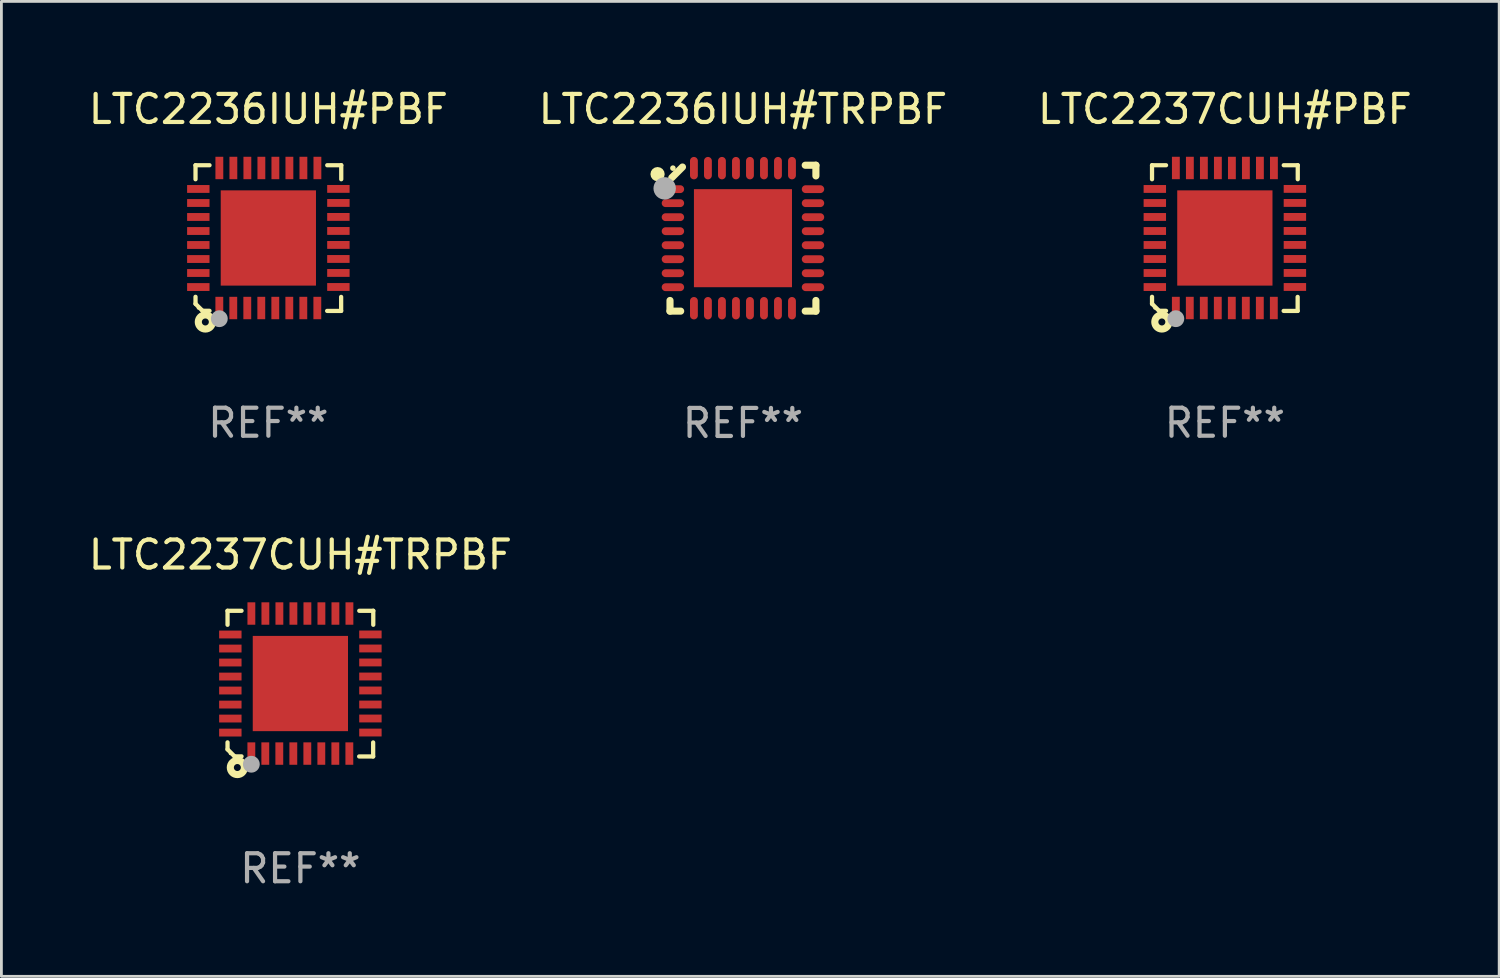
<source format=kicad_pcb>
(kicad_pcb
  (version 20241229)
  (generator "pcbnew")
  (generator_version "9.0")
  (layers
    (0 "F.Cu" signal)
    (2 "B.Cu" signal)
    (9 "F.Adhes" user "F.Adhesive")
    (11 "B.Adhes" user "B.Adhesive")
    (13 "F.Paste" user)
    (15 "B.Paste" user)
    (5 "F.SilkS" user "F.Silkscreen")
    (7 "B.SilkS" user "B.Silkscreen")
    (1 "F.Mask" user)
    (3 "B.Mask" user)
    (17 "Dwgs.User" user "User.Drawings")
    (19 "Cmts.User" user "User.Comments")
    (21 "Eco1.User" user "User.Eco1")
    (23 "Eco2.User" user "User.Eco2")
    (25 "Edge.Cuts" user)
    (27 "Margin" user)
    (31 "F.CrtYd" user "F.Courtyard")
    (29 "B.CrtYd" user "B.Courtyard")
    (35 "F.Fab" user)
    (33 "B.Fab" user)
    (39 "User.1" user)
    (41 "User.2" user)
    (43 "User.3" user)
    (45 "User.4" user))
  (footprint "LTC2236IUH#PBF"
    (layer "F.Cu")
    (at 6.53 5.448)
    (property "Reference" "LTC2236IUH#PBF" (at 0 -4.6 0) (layer "F.SilkS") (effects (font (size 1 1) (thickness 0.15))))
    (attr through_hole)
    (fp_line (start -2.601 2.097) (end -2.601 2.347) (stroke (width 0.152) (type solid)) (layer "F.SilkS"))
    (fp_line (start -2.601 2.347) (end -2.351 2.597) (stroke (width 0.152) (type solid)) (layer "F.SilkS"))
    (fp_line (start -2.601 -2.6) (end -2.601 -2.1) (stroke (width 0.152) (type solid)) (layer "F.SilkS"))
    (fp_line (start -2.601 -2.6) (end -2.101 -2.6) (stroke (width 0.152) (type solid)) (layer "F.SilkS"))
    (fp_line (start -2.351 2.597) (end -2.101 2.597) (stroke (width 0.152) (type solid)) (layer "F.SilkS"))
    (fp_line (start 2.597 2.6) (end 2.097 2.6) (stroke (width 0.152) (type solid)) (layer "F.SilkS"))
    (fp_line (start 2.597 2.6) (end 2.597 2.1) (stroke (width 0.152) (type solid)) (layer "F.SilkS"))
    (fp_line (start 2.601 -2.6) (end 2.101 -2.6) (stroke (width 0.152) (type solid)) (layer "F.SilkS"))
    (fp_line (start 2.601 -2.6) (end 2.601 -2.1) (stroke (width 0.152) (type solid)) (layer "F.SilkS"))
    (fp_circle (center -2.501 2.497) (end -2.471 2.497) (stroke (width 0.06) (type solid)) (fill no) (layer "F.SilkS"))
    (fp_circle (center -2.25 2.995) (end -2.125 2.995) (stroke (width 0.254) (type solid)) (fill no) (layer "F.SilkS"))
    (fp_circle (center -1.751 2.878) (end -1.601 2.878) (stroke (width 0.3) (type solid)) (fill no) (layer "F.Fab"))
    (fp_text user "REF**" (at 0 6.6 0) (layer "F.Fab") (effects (font (size 1 1) (thickness 0.15))))
    (pad "1" smd rect (at -1.751 2.497) (size 0.28 0.8) (layers "F.Cu" "F.Mask" "F.Paste"))
    (pad "2" smd rect (at -1.253 2.497) (size 0.28 0.8) (layers "F.Cu" "F.Mask" "F.Paste"))
    (pad "3" smd rect (at -0.753 2.497) (size 0.28 0.8) (layers "F.Cu" "F.Mask" "F.Paste"))
    (pad "4" smd rect (at -0.253 2.497) (size 0.28 0.8) (layers "F.Cu" "F.Mask" "F.Paste"))
    (pad "5" smd rect (at 0.247 2.497) (size 0.28 0.8) (layers "F.Cu" "F.Mask" "F.Paste"))
    (pad "6" smd rect (at 0.747 2.497) (size 0.28 0.8) (layers "F.Cu" "F.Mask" "F.Paste"))
    (pad "7" smd rect (at 1.247 2.497) (size 0.28 0.8) (layers "F.Cu" "F.Mask" "F.Paste"))
    (pad "8" smd rect (at 1.747 2.497) (size 0.28 0.8) (layers "F.Cu" "F.Mask" "F.Paste"))
    (pad "9" smd rect (at 2.499 1.746) (size 0.8 0.28) (layers "F.Cu" "F.Mask" "F.Paste"))
    (pad "10" smd rect (at 2.499 1.245) (size 0.8 0.28) (layers "F.Cu" "F.Mask" "F.Paste"))
    (pad "11" smd rect (at 2.499 0.746) (size 0.8 0.28) (layers "F.Cu" "F.Mask" "F.Paste"))
    (pad "12" smd rect (at 2.499 0.245) (size 0.8 0.28) (layers "F.Cu" "F.Mask" "F.Paste"))
    (pad "13" smd rect (at 2.499 -0.254) (size 0.8 0.28) (layers "F.Cu" "F.Mask" "F.Paste"))
    (pad "14" smd rect (at 2.499 -0.755) (size 0.8 0.28) (layers "F.Cu" "F.Mask" "F.Paste"))
    (pad "15" smd rect (at 2.499 -1.254) (size 0.8 0.28) (layers "F.Cu" "F.Mask" "F.Paste"))
    (pad "16" smd rect (at 2.499 -1.755) (size 0.8 0.28) (layers "F.Cu" "F.Mask" "F.Paste"))
    (pad "17" smd rect (at 1.75 -2.502) (size 0.28 0.8) (layers "F.Cu" "F.Mask" "F.Paste"))
    (pad "18" smd rect (at 1.25 -2.502) (size 0.28 0.8) (layers "F.Cu" "F.Mask" "F.Paste"))
    (pad "19" smd rect (at 0.75 -2.502) (size 0.28 0.8) (layers "F.Cu" "F.Mask" "F.Paste"))
    (pad "20" smd rect (at 0.25 -2.502) (size 0.28 0.8) (layers "F.Cu" "F.Mask" "F.Paste"))
    (pad "21" smd rect (at -0.25 -2.502) (size 0.28 0.8) (layers "F.Cu" "F.Mask" "F.Paste"))
    (pad "22" smd rect (at -0.75 -2.502) (size 0.28 0.8) (layers "F.Cu" "F.Mask" "F.Paste"))
    (pad "23" smd rect (at -1.25 -2.502) (size 0.28 0.8) (layers "F.Cu" "F.Mask" "F.Paste"))
    (pad "24" smd rect (at -1.75 -2.502) (size 0.28 0.8) (layers "F.Cu" "F.Mask" "F.Paste"))
    (pad "25" smd rect (at -2.501 -1.753) (size 0.8 0.28) (layers "F.Cu" "F.Mask" "F.Paste"))
    (pad "26" smd rect (at -2.501 -1.252) (size 0.8 0.28) (layers "F.Cu" "F.Mask" "F.Paste"))
    (pad "27" smd rect (at -2.501 -0.753) (size 0.8 0.28) (layers "F.Cu" "F.Mask" "F.Paste"))
    (pad "28" smd rect (at -2.501 -0.252) (size 0.8 0.28) (layers "F.Cu" "F.Mask" "F.Paste"))
    (pad "29" smd rect (at -2.501 0.247) (size 0.8 0.28) (layers "F.Cu" "F.Mask" "F.Paste"))
    (pad "30" smd rect (at -2.501 0.748) (size 0.8 0.28) (layers "F.Cu" "F.Mask" "F.Paste"))
    (pad "31" smd rect (at -2.501 1.247) (size 0.8 0.28) (layers "F.Cu" "F.Mask" "F.Paste"))
    (pad "32" smd rect (at -2.501 1.748) (size 0.8 0.28) (layers "F.Cu" "F.Mask" "F.Paste"))
    (pad "33" smd rect (at -0.001 -0.003 180) (size 3.4 3.4) (layers "F.Cu" "F.Mask" "F.Paste")))
  (footprint "LTC2236IUH#TRPBF"
    (layer "F.Cu")
    (at 23.47 5.452)
    (property "Reference" "LTC2236IUH#TRPBF" (at 0 -4.604 0) (layer "F.SilkS") (effects (font (size 1 1) (thickness 0.15))))
    (attr through_hole)
    (fp_line (start -2.604 2.223) (end -2.604 2.604) (stroke (width 0.254) (type solid)) (layer "F.SilkS"))
    (fp_line (start -2.604 2.604) (end -2.223 2.604) (stroke (width 0.254) (type solid)) (layer "F.SilkS"))
    (fp_line (start -2.159 -2.54) (end -2.54 -2.159) (stroke (width 0.254) (type solid)) (layer "F.SilkS"))
    (fp_line (start 2.223 2.604) (end 2.604 2.604) (stroke (width 0.254) (type solid)) (layer "F.SilkS"))
    (fp_line (start 2.604 -2.604) (end 2.223 -2.604) (stroke (width 0.254) (type solid)) (layer "F.SilkS"))
    (fp_line (start 2.604 -2.223) (end 2.604 -2.604) (stroke (width 0.254) (type solid)) (layer "F.SilkS"))
    (fp_line (start 2.604 2.604) (end 2.604 2.223) (stroke (width 0.254) (type solid)) (layer "F.SilkS"))
    (fp_circle (center -3.048 -2.286) (end -2.921 -2.286) (stroke (width 0.254) (type solid)) (fill no) (layer "F.SilkS"))
    (fp_circle (center -2.5 -2.5) (end -2.45 -2.5) (stroke (width 0.1) (type solid)) (fill no) (layer "F.SilkS"))
    (fp_circle (center -2.794 -1.778) (end -2.594 -1.778) (stroke (width 0.4) (type solid)) (fill no) (layer "F.Fab"))
    (fp_text user "REF**" (at 0 6.604 0) (layer "F.Fab") (effects (font (size 1 1) (thickness 0.15))))
    (pad "1" smd oval (at -2.5 -1.75) (size 0.8 0.28) (layers "F.Cu" "F.Mask" "F.Paste"))
    (pad "2" smd oval (at -2.5 -1.25) (size 0.8 0.28) (layers "F.Cu" "F.Mask" "F.Paste"))
    (pad "3" smd oval (at -2.5 -0.75) (size 0.8 0.28) (layers "F.Cu" "F.Mask" "F.Paste"))
    (pad "4" smd oval (at -2.5 -0.25) (size 0.8 0.28) (layers "F.Cu" "F.Mask" "F.Paste"))
    (pad "5" smd oval (at -2.5 0.25) (size 0.8 0.28) (layers "F.Cu" "F.Mask" "F.Paste"))
    (pad "6" smd oval (at -2.5 0.75) (size 0.8 0.28) (layers "F.Cu" "F.Mask" "F.Paste"))
    (pad "7" smd oval (at -2.5 1.25) (size 0.8 0.28) (layers "F.Cu" "F.Mask" "F.Paste"))
    (pad "8" smd oval (at -2.5 1.75) (size 0.8 0.28) (layers "F.Cu" "F.Mask" "F.Paste"))
    (pad "9" smd oval (at -1.75 2.5) (size 0.28 0.8) (layers "F.Cu" "F.Mask" "F.Paste"))
    (pad "10" smd oval (at -1.25 2.5) (size 0.28 0.8) (layers "F.Cu" "F.Mask" "F.Paste"))
    (pad "11" smd oval (at -0.75 2.5) (size 0.28 0.8) (layers "F.Cu" "F.Mask" "F.Paste"))
    (pad "12" smd oval (at -0.25 2.5) (size 0.28 0.8) (layers "F.Cu" "F.Mask" "F.Paste"))
    (pad "13" smd oval (at 0.25 2.5) (size 0.28 0.8) (layers "F.Cu" "F.Mask" "F.Paste"))
    (pad "14" smd oval (at 0.75 2.5) (size 0.28 0.8) (layers "F.Cu" "F.Mask" "F.Paste"))
    (pad "15" smd oval (at 1.25 2.5) (size 0.28 0.8) (layers "F.Cu" "F.Mask" "F.Paste"))
    (pad "16" smd oval (at 1.75 2.5) (size 0.28 0.8) (layers "F.Cu" "F.Mask" "F.Paste"))
    (pad "17" smd oval (at 2.5 1.75) (size 0.8 0.28) (layers "F.Cu" "F.Mask" "F.Paste"))
    (pad "18" smd oval (at 2.5 1.25) (size 0.8 0.28) (layers "F.Cu" "F.Mask" "F.Paste"))
    (pad "19" smd oval (at 2.5 0.75) (size 0.8 0.28) (layers "F.Cu" "F.Mask" "F.Paste"))
    (pad "20" smd oval (at 2.5 0.25) (size 0.8 0.28) (layers "F.Cu" "F.Mask" "F.Paste"))
    (pad "21" smd oval (at 2.5 -0.25) (size 0.8 0.28) (layers "F.Cu" "F.Mask" "F.Paste"))
    (pad "22" smd oval (at 2.5 -0.75) (size 0.8 0.28) (layers "F.Cu" "F.Mask" "F.Paste"))
    (pad "23" smd oval (at 2.5 -1.25) (size 0.8 0.28) (layers "F.Cu" "F.Mask" "F.Paste"))
    (pad "24" smd oval (at 2.5 -1.75) (size 0.8 0.28) (layers "F.Cu" "F.Mask" "F.Paste"))
    (pad "25" smd oval (at 1.75 -2.5) (size 0.28 0.8) (layers "F.Cu" "F.Mask" "F.Paste"))
    (pad "26" smd oval (at 1.25 -2.5) (size 0.28 0.8) (layers "F.Cu" "F.Mask" "F.Paste"))
    (pad "27" smd oval (at 0.75 -2.5) (size 0.28 0.8) (layers "F.Cu" "F.Mask" "F.Paste"))
    (pad "28" smd oval (at 0.25 -2.5) (size 0.28 0.8) (layers "F.Cu" "F.Mask" "F.Paste"))
    (pad "29" smd oval (at -0.25 -2.5) (size 0.28 0.8) (layers "F.Cu" "F.Mask" "F.Paste"))
    (pad "30" smd oval (at -0.75 -2.5) (size 0.28 0.8) (layers "F.Cu" "F.Mask" "F.Paste"))
    (pad "31" smd oval (at -1.25 -2.5) (size 0.28 0.8) (layers "F.Cu" "F.Mask" "F.Paste"))
    (pad "32" smd oval (at -1.75 -2.5) (size 0.28 0.8) (layers "F.Cu" "F.Mask" "F.Paste"))
    (pad "33" smd rect (at 0.000076 0.000076) (size 3.5 3.5) (layers "F.Cu" "F.Mask" "F.Paste")))
  (footprint "LTC2237CUH#PBF"
    (layer "F.Cu")
    (at 40.673 5.448)
    (property "Reference" "LTC2237CUH#PBF" (at 0 -4.6 0) (layer "F.SilkS") (effects (font (size 1 1) (thickness 0.15))))
    (attr through_hole)
    (fp_line (start -2.601 2.097) (end -2.601 2.347) (stroke (width 0.152) (type solid)) (layer "F.SilkS"))
    (fp_line (start -2.601 2.347) (end -2.351 2.597) (stroke (width 0.152) (type solid)) (layer "F.SilkS"))
    (fp_line (start -2.601 -2.6) (end -2.601 -2.1) (stroke (width 0.152) (type solid)) (layer "F.SilkS"))
    (fp_line (start -2.601 -2.6) (end -2.101 -2.6) (stroke (width 0.152) (type solid)) (layer "F.SilkS"))
    (fp_line (start -2.351 2.597) (end -2.101 2.597) (stroke (width 0.152) (type solid)) (layer "F.SilkS"))
    (fp_line (start 2.597 2.6) (end 2.097 2.6) (stroke (width 0.152) (type solid)) (layer "F.SilkS"))
    (fp_line (start 2.597 2.6) (end 2.597 2.1) (stroke (width 0.152) (type solid)) (layer "F.SilkS"))
    (fp_line (start 2.601 -2.6) (end 2.101 -2.6) (stroke (width 0.152) (type solid)) (layer "F.SilkS"))
    (fp_line (start 2.601 -2.6) (end 2.601 -2.1) (stroke (width 0.152) (type solid)) (layer "F.SilkS"))
    (fp_circle (center -2.501 2.497) (end -2.471 2.497) (stroke (width 0.06) (type solid)) (fill no) (layer "F.SilkS"))
    (fp_circle (center -2.25 2.995) (end -2.125 2.995) (stroke (width 0.254) (type solid)) (fill no) (layer "F.SilkS"))
    (fp_circle (center -1.751 2.878) (end -1.601 2.878) (stroke (width 0.3) (type solid)) (fill no) (layer "F.Fab"))
    (fp_text user "REF**" (at 0 6.6 0) (layer "F.Fab") (effects (font (size 1 1) (thickness 0.15))))
    (pad "1" smd rect (at -1.751 2.497) (size 0.28 0.8) (layers "F.Cu" "F.Mask" "F.Paste"))
    (pad "2" smd rect (at -1.253 2.497) (size 0.28 0.8) (layers "F.Cu" "F.Mask" "F.Paste"))
    (pad "3" smd rect (at -0.753 2.497) (size 0.28 0.8) (layers "F.Cu" "F.Mask" "F.Paste"))
    (pad "4" smd rect (at -0.253 2.497) (size 0.28 0.8) (layers "F.Cu" "F.Mask" "F.Paste"))
    (pad "5" smd rect (at 0.247 2.497) (size 0.28 0.8) (layers "F.Cu" "F.Mask" "F.Paste"))
    (pad "6" smd rect (at 0.747 2.497) (size 0.28 0.8) (layers "F.Cu" "F.Mask" "F.Paste"))
    (pad "7" smd rect (at 1.247 2.497) (size 0.28 0.8) (layers "F.Cu" "F.Mask" "F.Paste"))
    (pad "8" smd rect (at 1.747 2.497) (size 0.28 0.8) (layers "F.Cu" "F.Mask" "F.Paste"))
    (pad "9" smd rect (at 2.499 1.746) (size 0.8 0.28) (layers "F.Cu" "F.Mask" "F.Paste"))
    (pad "10" smd rect (at 2.499 1.245) (size 0.8 0.28) (layers "F.Cu" "F.Mask" "F.Paste"))
    (pad "11" smd rect (at 2.499 0.746) (size 0.8 0.28) (layers "F.Cu" "F.Mask" "F.Paste"))
    (pad "12" smd rect (at 2.499 0.245) (size 0.8 0.28) (layers "F.Cu" "F.Mask" "F.Paste"))
    (pad "13" smd rect (at 2.499 -0.254) (size 0.8 0.28) (layers "F.Cu" "F.Mask" "F.Paste"))
    (pad "14" smd rect (at 2.499 -0.755) (size 0.8 0.28) (layers "F.Cu" "F.Mask" "F.Paste"))
    (pad "15" smd rect (at 2.499 -1.254) (size 0.8 0.28) (layers "F.Cu" "F.Mask" "F.Paste"))
    (pad "16" smd rect (at 2.499 -1.755) (size 0.8 0.28) (layers "F.Cu" "F.Mask" "F.Paste"))
    (pad "17" smd rect (at 1.75 -2.502) (size 0.28 0.8) (layers "F.Cu" "F.Mask" "F.Paste"))
    (pad "18" smd rect (at 1.25 -2.502) (size 0.28 0.8) (layers "F.Cu" "F.Mask" "F.Paste"))
    (pad "19" smd rect (at 0.75 -2.502) (size 0.28 0.8) (layers "F.Cu" "F.Mask" "F.Paste"))
    (pad "20" smd rect (at 0.25 -2.502) (size 0.28 0.8) (layers "F.Cu" "F.Mask" "F.Paste"))
    (pad "21" smd rect (at -0.25 -2.502) (size 0.28 0.8) (layers "F.Cu" "F.Mask" "F.Paste"))
    (pad "22" smd rect (at -0.75 -2.502) (size 0.28 0.8) (layers "F.Cu" "F.Mask" "F.Paste"))
    (pad "23" smd rect (at -1.25 -2.502) (size 0.28 0.8) (layers "F.Cu" "F.Mask" "F.Paste"))
    (pad "24" smd rect (at -1.75 -2.502) (size 0.28 0.8) (layers "F.Cu" "F.Mask" "F.Paste"))
    (pad "25" smd rect (at -2.501 -1.753) (size 0.8 0.28) (layers "F.Cu" "F.Mask" "F.Paste"))
    (pad "26" smd rect (at -2.501 -1.252) (size 0.8 0.28) (layers "F.Cu" "F.Mask" "F.Paste"))
    (pad "27" smd rect (at -2.501 -0.753) (size 0.8 0.28) (layers "F.Cu" "F.Mask" "F.Paste"))
    (pad "28" smd rect (at -2.501 -0.252) (size 0.8 0.28) (layers "F.Cu" "F.Mask" "F.Paste"))
    (pad "29" smd rect (at -2.501 0.247) (size 0.8 0.28) (layers "F.Cu" "F.Mask" "F.Paste"))
    (pad "30" smd rect (at -2.501 0.748) (size 0.8 0.28) (layers "F.Cu" "F.Mask" "F.Paste"))
    (pad "31" smd rect (at -2.501 1.247) (size 0.8 0.28) (layers "F.Cu" "F.Mask" "F.Paste"))
    (pad "32" smd rect (at -2.501 1.748) (size 0.8 0.28) (layers "F.Cu" "F.Mask" "F.Paste"))
    (pad "33" smd rect (at -0.001 -0.003 180) (size 3.4 3.4) (layers "F.Cu" "F.Mask" "F.Paste")))
  (footprint "LTC2237CUH#TRPBF"
    (layer "F.Cu")
    (at 7.673 21.352)
    (property "Reference" "LTC2237CUH#TRPBF" (at 0 -4.6 0) (layer "F.SilkS") (effects (font (size 1 1) (thickness 0.15))))
    (attr through_hole)
    (fp_line (start -2.601 2.097) (end -2.601 2.347) (stroke (width 0.152) (type solid)) (layer "F.SilkS"))
    (fp_line (start -2.601 2.347) (end -2.351 2.597) (stroke (width 0.152) (type solid)) (layer "F.SilkS"))
    (fp_line (start -2.601 -2.6) (end -2.601 -2.1) (stroke (width 0.152) (type solid)) (layer "F.SilkS"))
    (fp_line (start -2.601 -2.6) (end -2.101 -2.6) (stroke (width 0.152) (type solid)) (layer "F.SilkS"))
    (fp_line (start -2.351 2.597) (end -2.101 2.597) (stroke (width 0.152) (type solid)) (layer "F.SilkS"))
    (fp_line (start 2.597 2.6) (end 2.097 2.6) (stroke (width 0.152) (type solid)) (layer "F.SilkS"))
    (fp_line (start 2.597 2.6) (end 2.597 2.1) (stroke (width 0.152) (type solid)) (layer "F.SilkS"))
    (fp_line (start 2.601 -2.6) (end 2.101 -2.6) (stroke (width 0.152) (type solid)) (layer "F.SilkS"))
    (fp_line (start 2.601 -2.6) (end 2.601 -2.1) (stroke (width 0.152) (type solid)) (layer "F.SilkS"))
    (fp_circle (center -2.501 2.497) (end -2.471 2.497) (stroke (width 0.06) (type solid)) (fill no) (layer "F.SilkS"))
    (fp_circle (center -2.25 2.995) (end -2.125 2.995) (stroke (width 0.254) (type solid)) (fill no) (layer "F.SilkS"))
    (fp_circle (center -1.751 2.878) (end -1.601 2.878) (stroke (width 0.3) (type solid)) (fill no) (layer "F.Fab"))
    (fp_text user "REF**" (at 0 6.6 0) (layer "F.Fab") (effects (font (size 1 1) (thickness 0.15))))
    (pad "1" smd rect (at -1.751 2.497) (size 0.28 0.8) (layers "F.Cu" "F.Mask" "F.Paste"))
    (pad "2" smd rect (at -1.253 2.497) (size 0.28 0.8) (layers "F.Cu" "F.Mask" "F.Paste"))
    (pad "3" smd rect (at -0.753 2.497) (size 0.28 0.8) (layers "F.Cu" "F.Mask" "F.Paste"))
    (pad "4" smd rect (at -0.253 2.497) (size 0.28 0.8) (layers "F.Cu" "F.Mask" "F.Paste"))
    (pad "5" smd rect (at 0.247 2.497) (size 0.28 0.8) (layers "F.Cu" "F.Mask" "F.Paste"))
    (pad "6" smd rect (at 0.747 2.497) (size 0.28 0.8) (layers "F.Cu" "F.Mask" "F.Paste"))
    (pad "7" smd rect (at 1.247 2.497) (size 0.28 0.8) (layers "F.Cu" "F.Mask" "F.Paste"))
    (pad "8" smd rect (at 1.747 2.497) (size 0.28 0.8) (layers "F.Cu" "F.Mask" "F.Paste"))
    (pad "9" smd rect (at 2.499 1.746) (size 0.8 0.28) (layers "F.Cu" "F.Mask" "F.Paste"))
    (pad "10" smd rect (at 2.499 1.245) (size 0.8 0.28) (layers "F.Cu" "F.Mask" "F.Paste"))
    (pad "11" smd rect (at 2.499 0.746) (size 0.8 0.28) (layers "F.Cu" "F.Mask" "F.Paste"))
    (pad "12" smd rect (at 2.499 0.245) (size 0.8 0.28) (layers "F.Cu" "F.Mask" "F.Paste"))
    (pad "13" smd rect (at 2.499 -0.254) (size 0.8 0.28) (layers "F.Cu" "F.Mask" "F.Paste"))
    (pad "14" smd rect (at 2.499 -0.755) (size 0.8 0.28) (layers "F.Cu" "F.Mask" "F.Paste"))
    (pad "15" smd rect (at 2.499 -1.254) (size 0.8 0.28) (layers "F.Cu" "F.Mask" "F.Paste"))
    (pad "16" smd rect (at 2.499 -1.755) (size 0.8 0.28) (layers "F.Cu" "F.Mask" "F.Paste"))
    (pad "17" smd rect (at 1.75 -2.502) (size 0.28 0.8) (layers "F.Cu" "F.Mask" "F.Paste"))
    (pad "18" smd rect (at 1.25 -2.502) (size 0.28 0.8) (layers "F.Cu" "F.Mask" "F.Paste"))
    (pad "19" smd rect (at 0.75 -2.502) (size 0.28 0.8) (layers "F.Cu" "F.Mask" "F.Paste"))
    (pad "20" smd rect (at 0.25 -2.502) (size 0.28 0.8) (layers "F.Cu" "F.Mask" "F.Paste"))
    (pad "21" smd rect (at -0.25 -2.502) (size 0.28 0.8) (layers "F.Cu" "F.Mask" "F.Paste"))
    (pad "22" smd rect (at -0.75 -2.502) (size 0.28 0.8) (layers "F.Cu" "F.Mask" "F.Paste"))
    (pad "23" smd rect (at -1.25 -2.502) (size 0.28 0.8) (layers "F.Cu" "F.Mask" "F.Paste"))
    (pad "24" smd rect (at -1.75 -2.502) (size 0.28 0.8) (layers "F.Cu" "F.Mask" "F.Paste"))
    (pad "25" smd rect (at -2.501 -1.753) (size 0.8 0.28) (layers "F.Cu" "F.Mask" "F.Paste"))
    (pad "26" smd rect (at -2.501 -1.252) (size 0.8 0.28) (layers "F.Cu" "F.Mask" "F.Paste"))
    (pad "27" smd rect (at -2.501 -0.753) (size 0.8 0.28) (layers "F.Cu" "F.Mask" "F.Paste"))
    (pad "28" smd rect (at -2.501 -0.252) (size 0.8 0.28) (layers "F.Cu" "F.Mask" "F.Paste"))
    (pad "29" smd rect (at -2.501 0.247) (size 0.8 0.28) (layers "F.Cu" "F.Mask" "F.Paste"))
    (pad "30" smd rect (at -2.501 0.748) (size 0.8 0.28) (layers "F.Cu" "F.Mask" "F.Paste"))
    (pad "31" smd rect (at -2.501 1.247) (size 0.8 0.28) (layers "F.Cu" "F.Mask" "F.Paste"))
    (pad "32" smd rect (at -2.501 1.748) (size 0.8 0.28) (layers "F.Cu" "F.Mask" "F.Paste"))
    (pad "33" smd rect (at -0.001 -0.003 180) (size 3.4 3.4) (layers "F.Cu" "F.Mask" "F.Paste")))
  (gr_rect
    (start -3 -3)
    (end 50.464 31.8)
    (stroke (width 0.1) (type default))
    (fill no)
    (layer "Edge.Cuts")))
</source>
